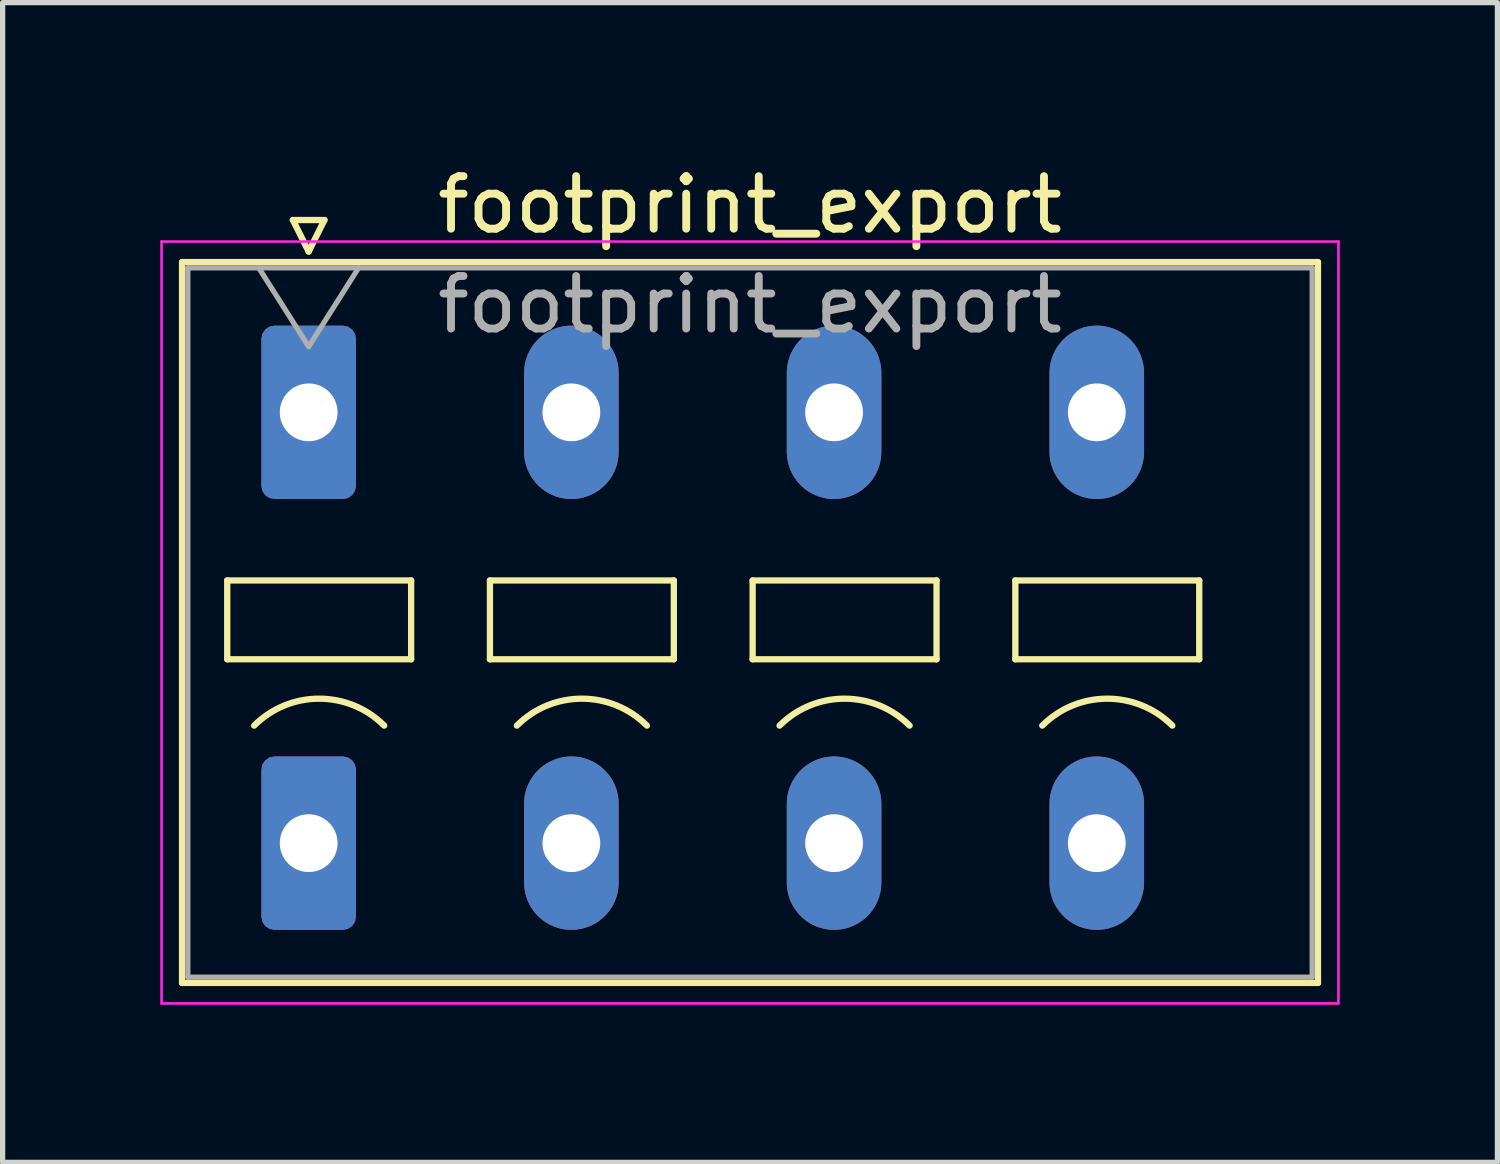
<source format=kicad_pcb>
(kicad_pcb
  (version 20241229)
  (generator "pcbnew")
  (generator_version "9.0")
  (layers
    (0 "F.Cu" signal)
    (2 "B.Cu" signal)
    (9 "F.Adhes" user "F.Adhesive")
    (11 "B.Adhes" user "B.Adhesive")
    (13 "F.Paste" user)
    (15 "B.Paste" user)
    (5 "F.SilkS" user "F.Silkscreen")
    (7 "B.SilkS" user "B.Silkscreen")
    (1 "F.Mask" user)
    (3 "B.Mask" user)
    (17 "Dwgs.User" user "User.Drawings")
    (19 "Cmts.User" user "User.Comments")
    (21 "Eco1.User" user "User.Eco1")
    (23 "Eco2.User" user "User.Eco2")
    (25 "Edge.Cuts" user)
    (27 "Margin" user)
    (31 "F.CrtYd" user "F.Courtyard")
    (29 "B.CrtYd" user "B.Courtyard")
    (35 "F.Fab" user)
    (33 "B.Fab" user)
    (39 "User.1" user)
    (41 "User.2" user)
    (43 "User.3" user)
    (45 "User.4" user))
  (footprint "footprint_export"
    (layer "F.Cu")
    (at 2.825 4.798)
    (property "Reference" "footprint_export" (at 8.4 -3.95 0) (layer "F.SilkS") (effects (font (size 1 1) (thickness 0.15))))
    (attr through_hole)
    (fp_line (start -2.41 -2.86) (end 19.21 -2.86) (stroke (width 0.12) (type solid)) (layer "F.SilkS"))
    (fp_line (start -2.41 10.86) (end -2.41 -2.86) (stroke (width 0.12) (type solid)) (layer "F.SilkS"))
    (fp_line (start -1.55 3.2) (end -1.55 4.7) (stroke (width 0.12) (type solid)) (layer "F.SilkS"))
    (fp_line (start -1.55 4.7) (end 1.95 4.7) (stroke (width 0.12) (type solid)) (layer "F.SilkS"))
    (fp_line (start -0.3 -3.66) (end 0 -3.06) (stroke (width 0.12) (type solid)) (layer "F.SilkS"))
    (fp_line (start -0.3 -3.66) (end 0.3 -3.66) (stroke (width 0.12) (type solid)) (layer "F.SilkS"))
    (fp_line (start 0.3 -3.66) (end 0 -3.06) (stroke (width 0.12) (type solid)) (layer "F.SilkS"))
    (fp_line (start 1.95 3.2) (end -1.55 3.2) (stroke (width 0.12) (type solid)) (layer "F.SilkS"))
    (fp_line (start 1.95 4.7) (end 1.95 3.2) (stroke (width 0.12) (type solid)) (layer "F.SilkS"))
    (fp_line (start 3.45 3.2) (end 3.45 4.7) (stroke (width 0.12) (type solid)) (layer "F.SilkS"))
    (fp_line (start 3.45 4.7) (end 6.95 4.7) (stroke (width 0.12) (type solid)) (layer "F.SilkS"))
    (fp_line (start 6.95 3.2) (end 3.45 3.2) (stroke (width 0.12) (type solid)) (layer "F.SilkS"))
    (fp_line (start 6.95 4.7) (end 6.95 3.2) (stroke (width 0.12) (type solid)) (layer "F.SilkS"))
    (fp_line (start 8.45 3.2) (end 8.45 4.7) (stroke (width 0.12) (type solid)) (layer "F.SilkS"))
    (fp_line (start 8.45 4.7) (end 11.95 4.7) (stroke (width 0.12) (type solid)) (layer "F.SilkS"))
    (fp_line (start 11.95 3.2) (end 8.45 3.2) (stroke (width 0.12) (type solid)) (layer "F.SilkS"))
    (fp_line (start 11.95 4.7) (end 11.95 3.2) (stroke (width 0.12) (type solid)) (layer "F.SilkS"))
    (fp_line (start 13.45 3.2) (end 13.45 4.7) (stroke (width 0.12) (type solid)) (layer "F.SilkS"))
    (fp_line (start 13.45 4.7) (end 16.95 4.7) (stroke (width 0.12) (type solid)) (layer "F.SilkS"))
    (fp_line (start 16.95 3.2) (end 13.45 3.2) (stroke (width 0.12) (type solid)) (layer "F.SilkS"))
    (fp_line (start 16.95 4.7) (end 16.95 3.2) (stroke (width 0.12) (type solid)) (layer "F.SilkS"))
    (fp_line (start 19.21 -2.86) (end 19.21 10.86) (stroke (width 0.12) (type solid)) (layer "F.SilkS"))
    (fp_line (start 19.21 10.86) (end -2.41 10.86) (stroke (width 0.12) (type solid)) (layer "F.SilkS"))
    (fp_arc (start -1.037437 5.962563) (mid 0.2 5.45) (end 1.437437 5.962563) (stroke (width 0.12) (type solid)) (layer "F.SilkS"))
    (fp_arc (start 3.962563 5.962563) (mid 5.2 5.45) (end 6.437437 5.962563) (stroke (width 0.12) (type solid)) (layer "F.SilkS"))
    (fp_arc (start 8.962563 5.962563) (mid 10.2 5.45) (end 11.437437 5.962563) (stroke (width 0.12) (type solid)) (layer "F.SilkS"))
    (fp_arc (start 13.962563 5.962563) (mid 15.2 5.45) (end 16.437437 5.962563) (stroke (width 0.12) (type solid)) (layer "F.SilkS"))
    (fp_line (start -2.8 -3.25) (end -2.8 11.25) (stroke (width 0.05) (type solid)) (layer "F.CrtYd"))
    (fp_line (start -2.8 11.25) (end 19.6 11.25) (stroke (width 0.05) (type solid)) (layer "F.CrtYd"))
    (fp_line (start 19.6 -3.25) (end -2.8 -3.25) (stroke (width 0.05) (type solid)) (layer "F.CrtYd"))
    (fp_line (start 19.6 11.25) (end 19.6 -3.25) (stroke (width 0.05) (type solid)) (layer "F.CrtYd"))
    (fp_line (start -2.3 -2.75) (end -2.3 10.75) (stroke (width 0.1) (type solid)) (layer "F.Fab"))
    (fp_line (start -2.3 10.75) (end 19.1 10.75) (stroke (width 0.1) (type solid)) (layer "F.Fab"))
    (fp_line (start -0.95 -2.75) (end 0 -1.25) (stroke (width 0.1) (type solid)) (layer "F.Fab"))
    (fp_line (start 0.95 -2.75) (end 0 -1.25) (stroke (width 0.1) (type solid)) (layer "F.Fab"))
    (fp_line (start 19.1 -2.75) (end -2.3 -2.75) (stroke (width 0.1) (type solid)) (layer "F.Fab"))
    (fp_line (start 19.1 10.75) (end 19.1 -2.75) (stroke (width 0.1) (type solid)) (layer "F.Fab"))
    (fp_text user "${REFERENCE}" (at 8.4 -2.05 0) (layer "F.Fab") (effects (font (size 1 1) (thickness 0.15))))
    (pad "1" thru_hole roundrect (at 0 0) (size 1.8 3.3) (drill 1.1) (layers "*.Cu" "*.Mask") (roundrect_rratio 0.139))
    (pad "1" thru_hole roundrect (at 0 8.2) (size 1.8 3.3) (drill 1.1) (layers "*.Cu" "*.Mask") (roundrect_rratio 0.139))
    (pad "2" thru_hole oval (at 5 0) (size 1.8 3.3) (drill 1.1) (layers "*.Cu" "*.Mask"))
    (pad "2" thru_hole oval (at 5 8.2) (size 1.8 3.3) (drill 1.1) (layers "*.Cu" "*.Mask"))
    (pad "3" thru_hole oval (at 10 0) (size 1.8 3.3) (drill 1.1) (layers "*.Cu" "*.Mask"))
    (pad "3" thru_hole oval (at 10 8.2) (size 1.8 3.3) (drill 1.1) (layers "*.Cu" "*.Mask"))
    (pad "4" thru_hole oval (at 15 0) (size 1.8 3.3) (drill 1.1) (layers "*.Cu" "*.Mask"))
    (pad "4" thru_hole oval (at 15 8.2) (size 1.8 3.3) (drill 1.1) (layers "*.Cu" "*.Mask")))
  (gr_rect
    (start -3 -3)
    (end 25.45 19.073)
    (stroke (width 0.1) (type default))
    (fill no)
    (layer "Edge.Cuts")))
</source>
